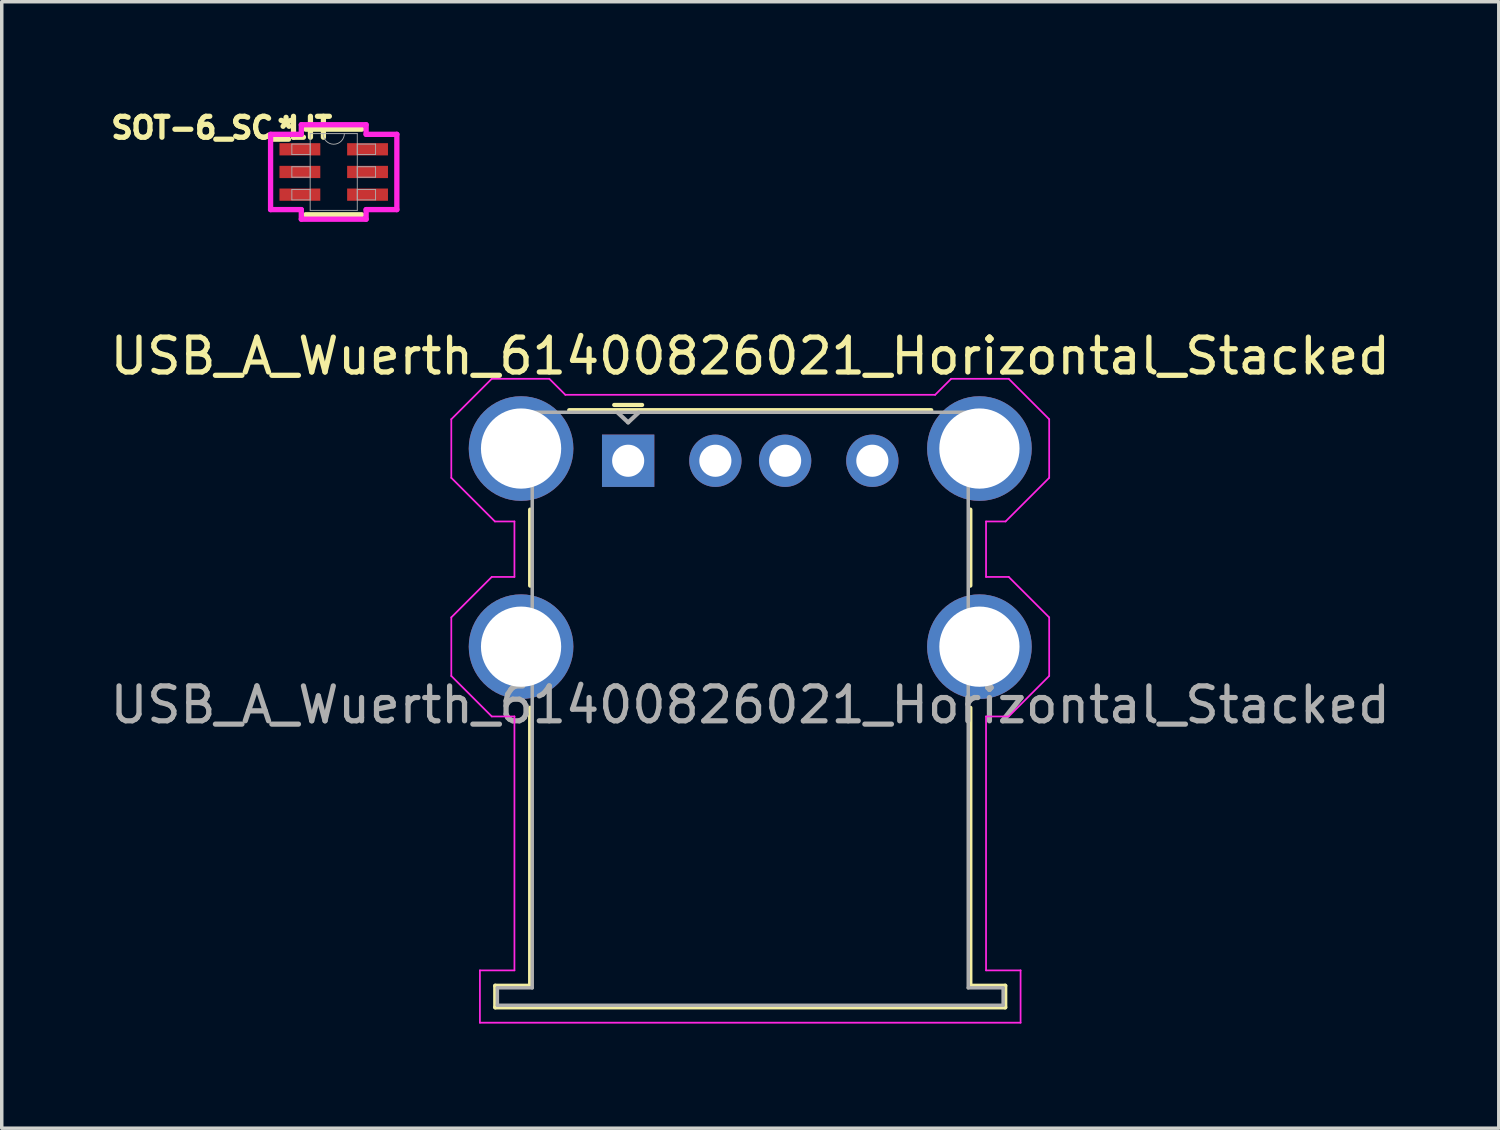
<source format=kicad_pcb>
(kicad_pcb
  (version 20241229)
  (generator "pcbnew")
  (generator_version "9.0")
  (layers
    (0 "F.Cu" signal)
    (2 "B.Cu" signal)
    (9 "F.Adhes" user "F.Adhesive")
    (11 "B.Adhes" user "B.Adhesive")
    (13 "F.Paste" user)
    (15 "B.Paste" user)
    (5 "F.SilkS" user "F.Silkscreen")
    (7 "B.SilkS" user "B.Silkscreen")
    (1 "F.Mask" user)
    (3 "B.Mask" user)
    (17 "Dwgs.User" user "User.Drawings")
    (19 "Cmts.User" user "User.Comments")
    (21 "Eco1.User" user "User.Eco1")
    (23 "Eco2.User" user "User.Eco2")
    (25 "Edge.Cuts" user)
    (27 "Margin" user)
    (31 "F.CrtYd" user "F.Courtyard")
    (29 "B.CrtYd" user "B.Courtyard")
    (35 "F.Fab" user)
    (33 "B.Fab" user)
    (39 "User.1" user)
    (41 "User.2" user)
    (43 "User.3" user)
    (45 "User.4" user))
  (footprint "SOT-6_SC_LIT"
    (layer "F.Cu")
    (at 6.517 1.88)
    (property "Reference" "SOT-6_SC_LIT" (at -3.21 -1.266 0) (unlocked yes) (layer "F.SilkS") (effects (font (size 0.6 0.6) (thickness 0.15))))
    (attr smd)
    (fp_line (start -0.802 1.227) (end 0.802 1.227) (stroke (width 0.152) (type solid)) (layer "F.SilkS"))
    (fp_line (start 0.802 -1.227) (end -0.802 -1.227) (stroke (width 0.152) (type solid)) (layer "F.SilkS"))
    (fp_line (start -1.81 -1.079) (end -0.929 -1.079) (stroke (width 0.152) (type solid)) (layer "F.CrtYd"))
    (fp_line (start -1.81 1.079) (end -1.81 -1.079) (stroke (width 0.152) (type solid)) (layer "F.CrtYd"))
    (fp_line (start -1.81 1.079) (end -0.929 1.079) (stroke (width 0.152) (type solid)) (layer "F.CrtYd"))
    (fp_line (start -0.929 -1.354) (end 0.929 -1.354) (stroke (width 0.152) (type solid)) (layer "F.CrtYd"))
    (fp_line (start -0.929 -1.079) (end -0.929 -1.354) (stroke (width 0.152) (type solid)) (layer "F.CrtYd"))
    (fp_line (start -0.929 1.354) (end -0.929 1.079) (stroke (width 0.152) (type solid)) (layer "F.CrtYd"))
    (fp_line (start 0.929 -1.354) (end 0.929 -1.079) (stroke (width 0.152) (type solid)) (layer "F.CrtYd"))
    (fp_line (start 0.929 1.079) (end 0.929 1.354) (stroke (width 0.152) (type solid)) (layer "F.CrtYd"))
    (fp_line (start 0.929 1.354) (end -0.929 1.354) (stroke (width 0.152) (type solid)) (layer "F.CrtYd"))
    (fp_line (start 1.81 -1.079) (end 0.929 -1.079) (stroke (width 0.152) (type solid)) (layer "F.CrtYd"))
    (fp_line (start 1.81 -1.079) (end 1.81 1.079) (stroke (width 0.152) (type solid)) (layer "F.CrtYd"))
    (fp_line (start 1.81 1.079) (end 0.929 1.079) (stroke (width 0.152) (type solid)) (layer "F.CrtYd"))
    (fp_line (start -1.2 -0.8) (end -1.2 -0.5) (stroke (width 0.025) (type solid)) (layer "F.Fab"))
    (fp_line (start -1.2 -0.5) (end -0.675 -0.5) (stroke (width 0.025) (type solid)) (layer "F.Fab"))
    (fp_line (start -1.2 -0.15) (end -1.2 0.15) (stroke (width 0.025) (type solid)) (layer "F.Fab"))
    (fp_line (start -1.2 0.15) (end -0.675 0.15) (stroke (width 0.025) (type solid)) (layer "F.Fab"))
    (fp_line (start -1.2 0.5) (end -1.2 0.8) (stroke (width 0.025) (type solid)) (layer "F.Fab"))
    (fp_line (start -1.2 0.8) (end -0.675 0.8) (stroke (width 0.025) (type solid)) (layer "F.Fab"))
    (fp_line (start -0.675 -1.1) (end -0.675 1.1) (stroke (width 0.025) (type solid)) (layer "F.Fab"))
    (fp_line (start -0.675 -0.8) (end -1.2 -0.8) (stroke (width 0.025) (type solid)) (layer "F.Fab"))
    (fp_line (start -0.675 -0.5) (end -0.675 -0.8) (stroke (width 0.025) (type solid)) (layer "F.Fab"))
    (fp_line (start -0.675 -0.15) (end -1.2 -0.15) (stroke (width 0.025) (type solid)) (layer "F.Fab"))
    (fp_line (start -0.675 0.15) (end -0.675 -0.15) (stroke (width 0.025) (type solid)) (layer "F.Fab"))
    (fp_line (start -0.675 0.5) (end -1.2 0.5) (stroke (width 0.025) (type solid)) (layer "F.Fab"))
    (fp_line (start -0.675 0.8) (end -0.675 0.5) (stroke (width 0.025) (type solid)) (layer "F.Fab"))
    (fp_line (start -0.675 1.1) (end 0.675 1.1) (stroke (width 0.025) (type solid)) (layer "F.Fab"))
    (fp_line (start 0.675 -1.1) (end -0.675 -1.1) (stroke (width 0.025) (type solid)) (layer "F.Fab"))
    (fp_line (start 0.675 -0.8) (end 0.675 -0.5) (stroke (width 0.025) (type solid)) (layer "F.Fab"))
    (fp_line (start 0.675 -0.5) (end 1.2 -0.5) (stroke (width 0.025) (type solid)) (layer "F.Fab"))
    (fp_line (start 0.675 -0.15) (end 0.675 0.15) (stroke (width 0.025) (type solid)) (layer "F.Fab"))
    (fp_line (start 0.675 0.15) (end 1.2 0.15) (stroke (width 0.025) (type solid)) (layer "F.Fab"))
    (fp_line (start 0.675 0.5) (end 0.675 0.8) (stroke (width 0.025) (type solid)) (layer "F.Fab"))
    (fp_line (start 0.675 0.8) (end 1.2 0.8) (stroke (width 0.025) (type solid)) (layer "F.Fab"))
    (fp_line (start 0.675 1.1) (end 0.675 -1.1) (stroke (width 0.025) (type solid)) (layer "F.Fab"))
    (fp_line (start 1.2 -0.8) (end 0.675 -0.8) (stroke (width 0.025) (type solid)) (layer "F.Fab"))
    (fp_line (start 1.2 -0.5) (end 1.2 -0.8) (stroke (width 0.025) (type solid)) (layer "F.Fab"))
    (fp_line (start 1.2 -0.15) (end 0.675 -0.15) (stroke (width 0.025) (type solid)) (layer "F.Fab"))
    (fp_line (start 1.2 0.15) (end 1.2 -0.15) (stroke (width 0.025) (type solid)) (layer "F.Fab"))
    (fp_line (start 1.2 0.5) (end 0.675 0.5) (stroke (width 0.025) (type solid)) (layer "F.Fab"))
    (fp_line (start 1.2 0.8) (end 1.2 0.5) (stroke (width 0.025) (type solid)) (layer "F.Fab"))
    (fp_arc (start 0.3048 -1.1) (mid 0 -0.7952) (end -0.3048 -1.1) (stroke (width 0.0254) (type solid)) (layer "F.Fab"))
    (fp_text user "*" (at -1.366 -1.236 0) (unlocked yes) (layer "F.SilkS") (effects (font (size 0.6 0.6) (thickness 0.15))))
    (pad "1" smd rect (at -0.97 -0.65) (size 1.171 0.351) (layers "F.Cu" "F.Mask" "F.Paste"))
    (pad "2" smd rect (at -0.97 0) (size 1.171 0.351) (layers "F.Cu" "F.Mask" "F.Paste"))
    (pad "3" smd rect (at -0.97 0.65) (size 1.171 0.351) (layers "F.Cu" "F.Mask" "F.Paste"))
    (pad "4" smd rect (at 0.97 0.65) (size 1.171 0.351) (layers "F.Cu" "F.Mask" "F.Paste"))
    (pad "5" smd rect (at 0.97 0) (size 1.171 0.351) (layers "F.Cu" "F.Mask" "F.Paste"))
    (pad "6" smd rect (at 0.97 -0.65) (size 1.171 0.351) (layers "F.Cu" "F.Mask" "F.Paste")))
  (footprint "USB_A_Wuerth_61400826021_Horizontal_Stacked"
    (layer "F.Cu")
    (at 14.958 10.159)
    (property "Reference" "USB_A_Wuerth_61400826021_Horizontal_Stacked" (at 3.5 -3 0) (layer "F.SilkS") (effects (font (size 1 1) (thickness 0.15))))
    (attr through_hole)
    (fp_line (start -3.81 15.05) (end -2.81 15.05) (stroke (width 0.12) (type solid)) (layer "F.SilkS"))
    (fp_line (start -3.81 15.67) (end -3.81 15.05) (stroke (width 0.12) (type solid)) (layer "F.SilkS"))
    (fp_line (start -2.81 3.58) (end -2.81 1.4) (stroke (width 0.12) (type solid)) (layer "F.SilkS"))
    (fp_line (start -2.81 15.05) (end -2.81 7.08) (stroke (width 0.12) (type solid)) (layer "F.SilkS"))
    (fp_line (start -1.69 -1.45) (end 8.69 -1.45) (stroke (width 0.12) (type solid)) (layer "F.SilkS"))
    (fp_line (start 0.4 -1.6) (end -0.4 -1.6) (stroke (width 0.12) (type solid)) (layer "F.SilkS"))
    (fp_line (start 9.81 3.58) (end 9.81 1.4) (stroke (width 0.12) (type solid)) (layer "F.SilkS"))
    (fp_line (start 9.81 7.08) (end 9.81 15.05) (stroke (width 0.12) (type solid)) (layer "F.SilkS"))
    (fp_line (start 9.81 15.05) (end 10.81 15.05) (stroke (width 0.12) (type solid)) (layer "F.SilkS"))
    (fp_line (start 10.81 15.05) (end 10.81 15.67) (stroke (width 0.12) (type solid)) (layer "F.SilkS"))
    (fp_line (start 10.81 15.67) (end -3.81 15.67) (stroke (width 0.12) (type solid)) (layer "F.SilkS"))
    (fp_line (start -5.07 -1.19) (end -5.07 0.49) (stroke (width 0.05) (type solid)) (layer "F.CrtYd"))
    (fp_line (start -5.07 0.49) (end -3.82 1.74) (stroke (width 0.05) (type solid)) (layer "F.CrtYd"))
    (fp_line (start -5.07 4.49) (end -5.07 6.17) (stroke (width 0.05) (type solid)) (layer "F.CrtYd"))
    (fp_line (start -5.07 6.17) (end -3.91 7.33) (stroke (width 0.05) (type solid)) (layer "F.CrtYd"))
    (fp_line (start -4.25 14.61) (end -4.25 16.11) (stroke (width 0.05) (type solid)) (layer "F.CrtYd"))
    (fp_line (start -4.25 16.11) (end 11.25 16.11) (stroke (width 0.05) (type solid)) (layer "F.CrtYd"))
    (fp_line (start -3.91 -2.35) (end -5.07 -1.19) (stroke (width 0.05) (type solid)) (layer "F.CrtYd"))
    (fp_line (start -3.91 3.33) (end -5.07 4.49) (stroke (width 0.05) (type solid)) (layer "F.CrtYd"))
    (fp_line (start -3.91 3.33) (end -3.26 3.33) (stroke (width 0.05) (type solid)) (layer "F.CrtYd"))
    (fp_line (start -3.82 1.74) (end -3.26 1.74) (stroke (width 0.05) (type solid)) (layer "F.CrtYd"))
    (fp_line (start -3.26 1.74) (end -3.26 3.33) (stroke (width 0.05) (type solid)) (layer "F.CrtYd"))
    (fp_line (start -3.26 7.33) (end -3.91 7.33) (stroke (width 0.05) (type solid)) (layer "F.CrtYd"))
    (fp_line (start -3.26 7.33) (end -3.26 14.61) (stroke (width 0.05) (type solid)) (layer "F.CrtYd"))
    (fp_line (start -3.26 14.61) (end -4.25 14.61) (stroke (width 0.05) (type solid)) (layer "F.CrtYd"))
    (fp_line (start -2.26 -2.35) (end -3.91 -2.35) (stroke (width 0.05) (type solid)) (layer "F.CrtYd"))
    (fp_line (start -2.26 -2.35) (end -1.8 -1.89) (stroke (width 0.05) (type solid)) (layer "F.CrtYd"))
    (fp_line (start 8.8 -1.89) (end -1.8 -1.89) (stroke (width 0.05) (type solid)) (layer "F.CrtYd"))
    (fp_line (start 9.26 -2.35) (end 8.8 -1.89) (stroke (width 0.05) (type solid)) (layer "F.CrtYd"))
    (fp_line (start 10.26 1.74) (end 10.26 3.33) (stroke (width 0.05) (type solid)) (layer "F.CrtYd"))
    (fp_line (start 10.26 1.74) (end 10.82 1.74) (stroke (width 0.05) (type solid)) (layer "F.CrtYd"))
    (fp_line (start 10.26 3.33) (end 10.91 3.33) (stroke (width 0.05) (type solid)) (layer "F.CrtYd"))
    (fp_line (start 10.26 7.33) (end 10.26 14.61) (stroke (width 0.05) (type solid)) (layer "F.CrtYd"))
    (fp_line (start 10.26 7.33) (end 10.91 7.33) (stroke (width 0.05) (type solid)) (layer "F.CrtYd"))
    (fp_line (start 10.26 14.61) (end 11.25 14.61) (stroke (width 0.05) (type solid)) (layer "F.CrtYd"))
    (fp_line (start 10.91 -2.35) (end 9.26 -2.35) (stroke (width 0.05) (type solid)) (layer "F.CrtYd"))
    (fp_line (start 10.91 -2.35) (end 12.07 -1.19) (stroke (width 0.05) (type solid)) (layer "F.CrtYd"))
    (fp_line (start 10.91 3.33) (end 12.07 4.49) (stroke (width 0.05) (type solid)) (layer "F.CrtYd"))
    (fp_line (start 11.25 14.61) (end 11.25 16.11) (stroke (width 0.05) (type solid)) (layer "F.CrtYd"))
    (fp_line (start 12.07 -1.19) (end 12.07 0.49) (stroke (width 0.05) (type solid)) (layer "F.CrtYd"))
    (fp_line (start 12.07 0.49) (end 10.82 1.74) (stroke (width 0.05) (type solid)) (layer "F.CrtYd"))
    (fp_line (start 12.07 4.49) (end 12.07 6.17) (stroke (width 0.05) (type solid)) (layer "F.CrtYd"))
    (fp_line (start 12.07 6.17) (end 10.91 7.33) (stroke (width 0.05) (type solid)) (layer "F.CrtYd"))
    (fp_line (start -3.75 15.11) (end -3.75 15.61) (stroke (width 0.1) (type solid)) (layer "F.Fab"))
    (fp_line (start -2.75 -1.39) (end -2.75 15.11) (stroke (width 0.1) (type solid)) (layer "F.Fab"))
    (fp_line (start -2.75 15.11) (end -3.75 15.11) (stroke (width 0.1) (type solid)) (layer "F.Fab"))
    (fp_line (start 0 -1.1) (end -0.3 -1.38) (stroke (width 0.12) (type solid)) (layer "F.Fab"))
    (fp_line (start 0 -1.1) (end 0.3 -1.38) (stroke (width 0.12) (type solid)) (layer "F.Fab"))
    (fp_line (start 9.75 -1.39) (end -2.75 -1.39) (stroke (width 0.1) (type solid)) (layer "F.Fab"))
    (fp_line (start 9.75 -1.39) (end 9.75 15.11) (stroke (width 0.1) (type solid)) (layer "F.Fab"))
    (fp_line (start 9.75 15.11) (end 10.75 15.11) (stroke (width 0.1) (type solid)) (layer "F.Fab"))
    (fp_line (start 10.75 15.11) (end 10.75 15.61) (stroke (width 0.1) (type solid)) (layer "F.Fab"))
    (fp_line (start 10.75 15.61) (end -3.75 15.61) (stroke (width 0.1) (type solid)) (layer "F.Fab"))
    (fp_text user "${REFERENCE}" (at 3.5 7 0) (layer "F.Fab") (effects (font (size 1 1) (thickness 0.15))))
    (pad "1" thru_hole rect (at 0 0) (size 1.5 1.5) (drill 0.92) (layers "*.Cu" "*.Mask"))
    (pad "2" thru_hole circle (at 2.5 0) (size 1.5 1.5) (drill 0.92) (layers "*.Cu" "*.Mask"))
    (pad "3" thru_hole circle (at 4.5 0) (size 1.5 1.5) (drill 0.92) (layers "*.Cu" "*.Mask"))
    (pad "4" thru_hole circle (at 7 0) (size 1.5 1.5) (drill 0.92) (layers "*.Cu" "*.Mask"))
    (pad "9" thru_hole circle (at -3.07 -0.35) (size 3 3) (drill 2.3) (layers "*.Cu" "*.Mask"))
    (pad "9" thru_hole circle (at -3.07 5.33) (size 3 3) (drill 2.3) (layers "*.Cu" "*.Mask"))
    (pad "9" thru_hole circle (at 10.07 -0.35) (size 3 3) (drill 2.3) (layers "*.Cu" "*.Mask"))
    (pad "9" thru_hole circle (at 10.07 5.33) (size 3 3) (drill 2.3) (layers "*.Cu" "*.Mask")))
  (gr_rect
    (start -3 -3)
    (end 39.917 29.294)
    (stroke (width 0.1) (type default))
    (fill no)
    (layer "Edge.Cuts")))
</source>
